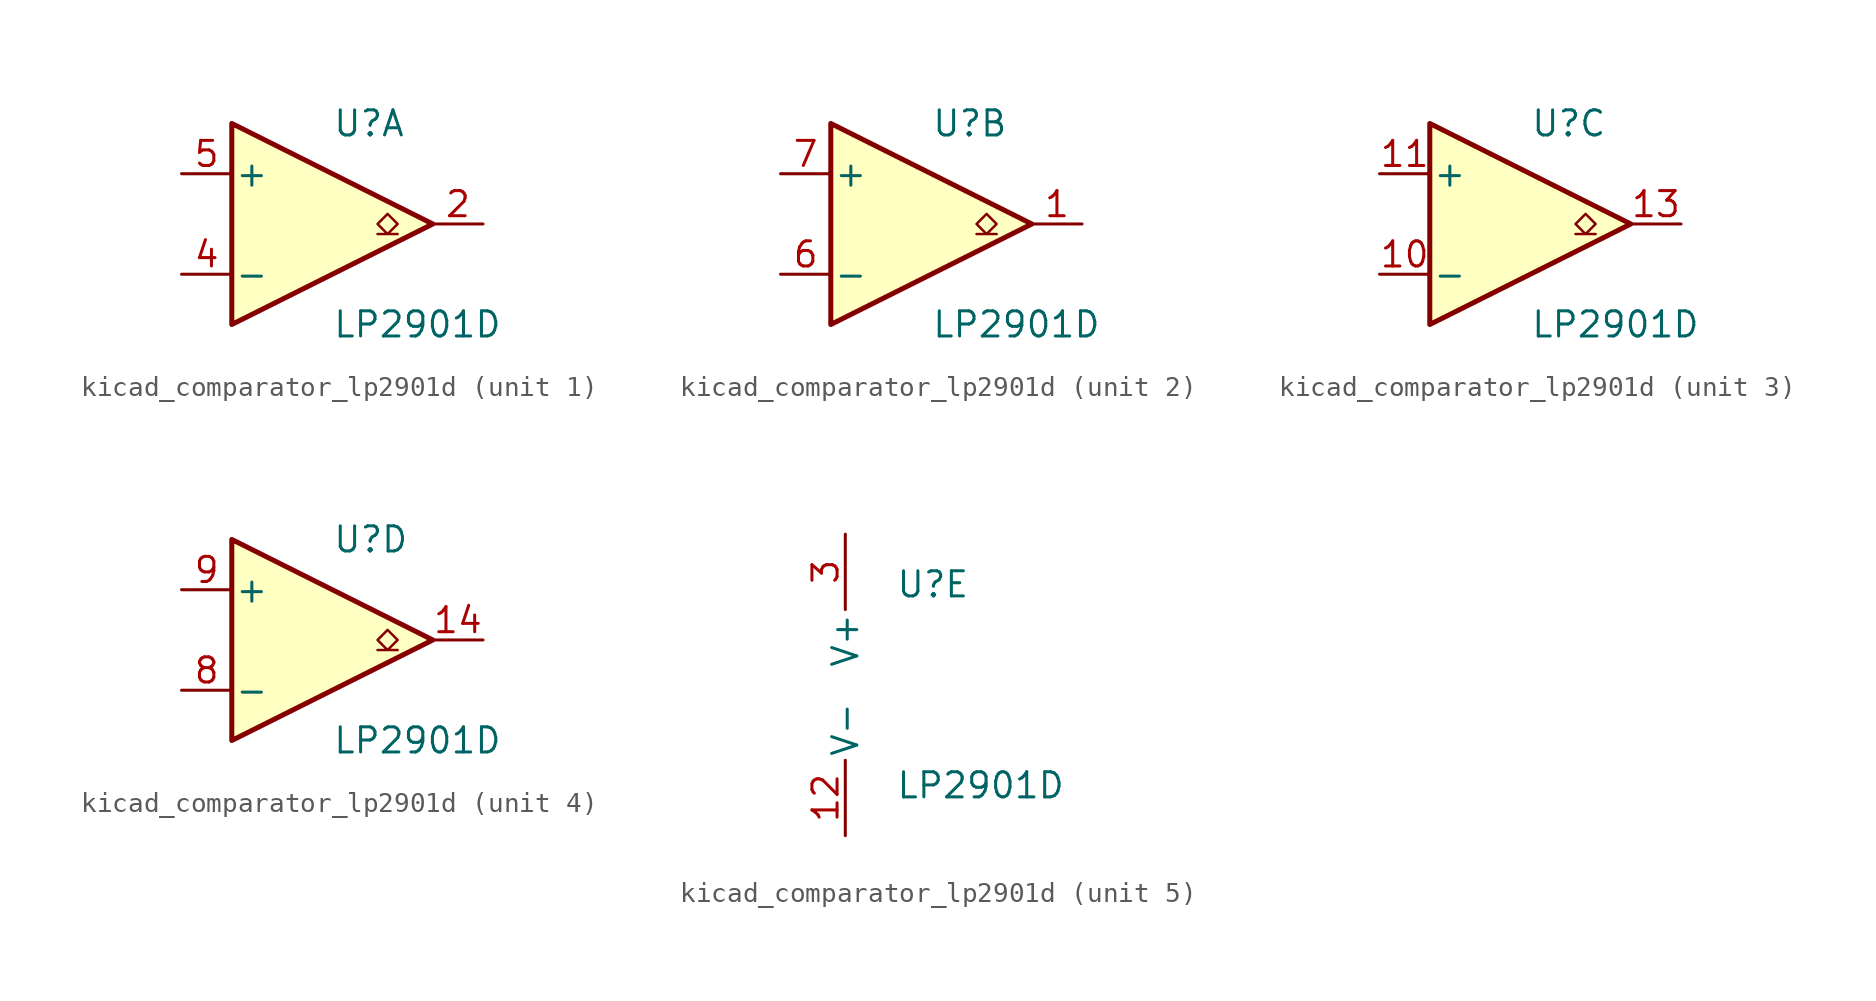
<source format=kicad_sym>
(kicad_symbol_lib
  (version 20220914)
  (generator kicad_symbol_editor)
  (symbol "kicad_comparator_lp2901d"
    (pin_names
      (offset 0.127))
    (property "Reference" "U"
      (at 0 5.08 0)
      (effects (font (size 1.27 1.27)) (justify left)))
    (property "Value" "LP2901D"
      (at 0 -5.08 0)
      (effects (font (size 1.27 1.27)) (justify left)))
    (property "ki_locked" ""
      (at 0 0 0)
      (effects (font (size 1.27 1.27))))
    (symbol "kicad_comparator_lp2901d_1_1"
      (polyline (pts (xy -5.08 5.08) (xy 5.08 0) (xy -5.08 -5.08) (xy -5.08 5.08)) (stroke (width 0.254) (type default)) (fill (type background)))
      (polyline (pts (xy 3.302 -0.508) (xy 2.794 -0.508) (xy 3.302 0) (xy 2.794 0.508) (xy 2.286 0) (xy 2.794 -0.508) (xy 2.286 -0.508)) (stroke (width 0.127) (type default)) (fill (type none)))
      (pin open_collector line (at 7.62 0 180) (length 2.54) (name "~" (effects (font (size 1.27 1.27)))) (number "2" (effects (font (size 1.27 1.27)))))
      (pin input line (at -7.62 -2.54 0) (length 2.54) (name "-" (effects (font (size 1.27 1.27)))) (number "4" (effects (font (size 1.27 1.27)))))
      (pin input line (at -7.62 2.54 0) (length 2.54) (name "+" (effects (font (size 1.27 1.27)))) (number "5" (effects (font (size 1.27 1.27))))))
    (symbol "kicad_comparator_lp2901d_2_1"
      (polyline (pts (xy -5.08 5.08) (xy 5.08 0) (xy -5.08 -5.08) (xy -5.08 5.08)) (stroke (width 0.254) (type default)) (fill (type background)))
      (polyline (pts (xy 3.302 -0.508) (xy 2.794 -0.508) (xy 3.302 0) (xy 2.794 0.508) (xy 2.286 0) (xy 2.794 -0.508) (xy 2.286 -0.508)) (stroke (width 0.127) (type default)) (fill (type none)))
      (pin open_collector line (at 7.62 0 180) (length 2.54) (name "~" (effects (font (size 1.27 1.27)))) (number "1" (effects (font (size 1.27 1.27)))))
      (pin input line (at -7.62 -2.54 0) (length 2.54) (name "-" (effects (font (size 1.27 1.27)))) (number "6" (effects (font (size 1.27 1.27)))))
      (pin input line (at -7.62 2.54 0) (length 2.54) (name "+" (effects (font (size 1.27 1.27)))) (number "7" (effects (font (size 1.27 1.27))))))
    (symbol "kicad_comparator_lp2901d_3_1"
      (polyline (pts (xy -5.08 5.08) (xy 5.08 0) (xy -5.08 -5.08) (xy -5.08 5.08)) (stroke (width 0.254) (type default)) (fill (type background)))
      (polyline (pts (xy 3.302 -0.508) (xy 2.794 -0.508) (xy 3.302 0) (xy 2.794 0.508) (xy 2.286 0) (xy 2.794 -0.508) (xy 2.286 -0.508)) (stroke (width 0.127) (type default)) (fill (type none)))
      (pin input line (at -7.62 -2.54 0) (length 2.54) (name "-" (effects (font (size 1.27 1.27)))) (number "10" (effects (font (size 1.27 1.27)))))
      (pin input line (at -7.62 2.54 0) (length 2.54) (name "+" (effects (font (size 1.27 1.27)))) (number "11" (effects (font (size 1.27 1.27)))))
      (pin open_collector line (at 7.62 0 180) (length 2.54) (name "~" (effects (font (size 1.27 1.27)))) (number "13" (effects (font (size 1.27 1.27))))))
    (symbol "kicad_comparator_lp2901d_4_1"
      (polyline (pts (xy -5.08 5.08) (xy 5.08 0) (xy -5.08 -5.08) (xy -5.08 5.08)) (stroke (width 0.254) (type default)) (fill (type background)))
      (polyline (pts (xy 3.302 -0.508) (xy 2.794 -0.508) (xy 3.302 0) (xy 2.794 0.508) (xy 2.286 0) (xy 2.794 -0.508) (xy 2.286 -0.508)) (stroke (width 0.127) (type default)) (fill (type none)))
      (pin open_collector line (at 7.62 0 180) (length 2.54) (name "~" (effects (font (size 1.27 1.27)))) (number "14" (effects (font (size 1.27 1.27)))))
      (pin input line (at -7.62 -2.54 0) (length 2.54) (name "-" (effects (font (size 1.27 1.27)))) (number "8" (effects (font (size 1.27 1.27)))))
      (pin input line (at -7.62 2.54 0) (length 2.54) (name "+" (effects (font (size 1.27 1.27)))) (number "9" (effects (font (size 1.27 1.27))))))
    (symbol "kicad_comparator_lp2901d_5_1"
      (pin power_in line (at -2.54 -7.62 90) (length 3.81) (name "V-" (effects (font (size 1.27 1.27)))) (number "12" (effects (font (size 1.27 1.27)))))
      (pin power_in line (at -2.54 7.62 270) (length 3.81) (name "V+" (effects (font (size 1.27 1.27)))) (number "3" (effects (font (size 1.27 1.27))))))))
</source>
